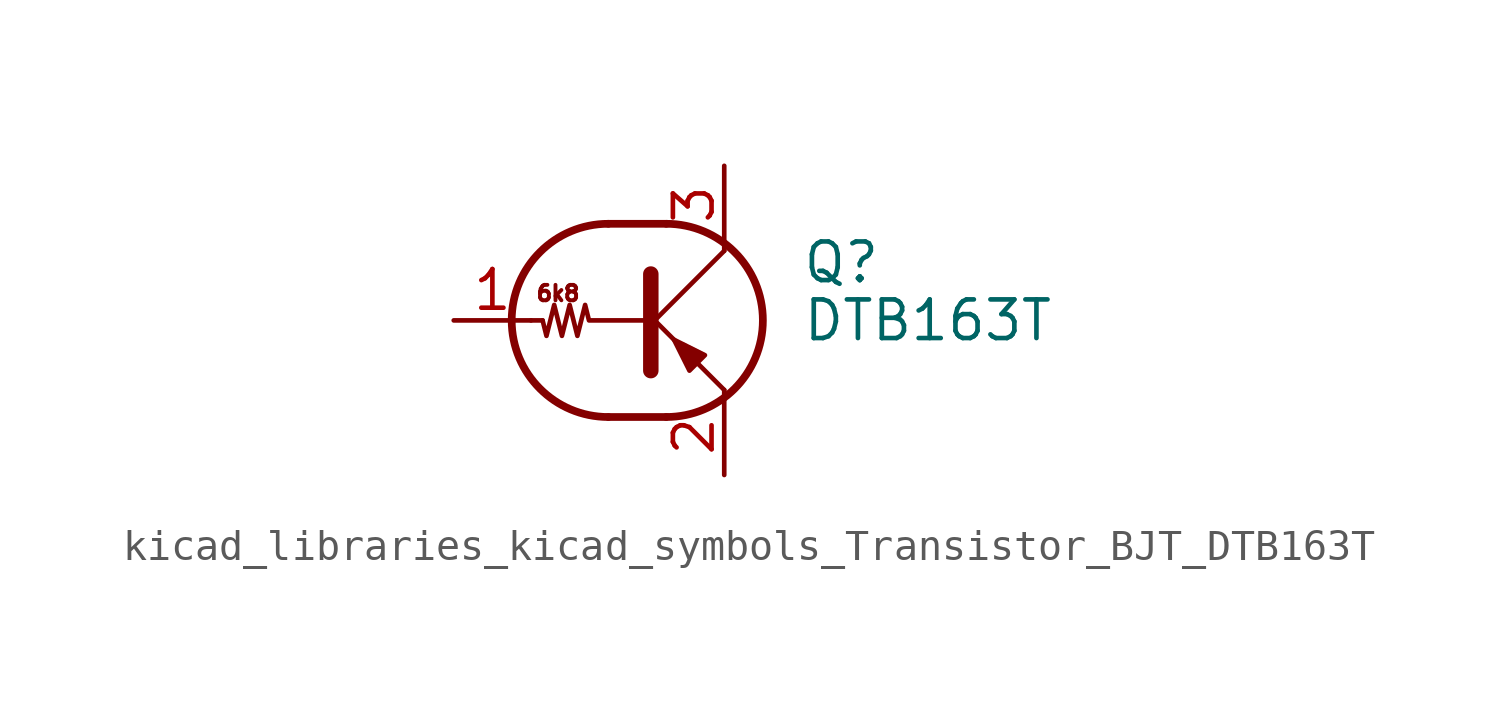
<source format=kicad_sym>
(kicad_symbol_lib
  (version 20220914)
  (generator kicad_symbol_editor)
  (symbol "kicad_libraries_kicad_symbols_Transistor_BJT_DTB163T"
    (pin_names
      (offset 0) hide)
    (property "Reference" "Q"
      (at 5.08 1.905 0)
      (effects (font (size 1.27 1.27)) (justify left)))
    (property "Value" "DTB163T"
      (at 5.08 0 0)
      (effects (font (size 1.27 1.27)) (justify left)))
    (symbol "kicad_libraries_kicad_symbols_Transistor_BJT_DTB163T_0_0"
      (polyline (pts (xy 2.54 -2.286) (xy 2.54 -2.54)) (stroke (width 0) (type default)) (fill (type none)))
      (text "6k8" (at -2.921 0.889 0) (effects (font (size 0.508 0.508)))))
    (symbol "kicad_libraries_kicad_symbols_Transistor_BJT_DTB163T_0_1"
      (arc (start -1.27 3.175) (mid -4.4312 0) (end -1.27 -3.175) (stroke (width 0.254) (type default)) (fill (type none)))
      (polyline (pts (xy -3.429 0) (xy -3.81 0)) (stroke (width 0) (type default)) (fill (type none)))
      (polyline (pts (xy -1.27 -3.175) (xy 0.635 -3.175)) (stroke (width 0.254) (type default)) (fill (type none)))
      (polyline (pts (xy -1.27 3.175) (xy 0.635 3.175)) (stroke (width 0.254) (type default)) (fill (type none)))
      (polyline (pts (xy 0 -0.254) (xy 2.54 2.286)) (stroke (width 0) (type default)) (fill (type none)))
      (polyline (pts (xy 0.127 1.524) (xy 0.127 -1.651)) (stroke (width 0.508) (type default)) (fill (type outline)))
      (polyline (pts (xy 2.54 2.286) (xy 2.54 2.54)) (stroke (width 0) (type default)) (fill (type none)))
      (polyline (pts (xy 2.54 -2.286) (xy 0 0.254) (xy 0 0.254)) (stroke (width 0) (type default)) (fill (type none)))
      (polyline (pts (xy 1.397 -1.651) (xy 1.905 -1.143) (xy 0.889 -0.635) (xy 1.397 -1.651)) (stroke (width 0) (type default)) (fill (type outline)))
      (polyline (pts (xy 0 0) (xy -1.905 0) (xy -2.032 0.508) (xy -2.286 -0.508) (xy -2.54 0.508) (xy -2.794 -0.508) (xy -3.048 0.508) (xy -3.302 -0.508) (xy -3.429 0)) (stroke (width 0) (type default)) (fill (type none)))
      (arc (start 0.635 -3.175) (mid 3.7962 0) (end 0.635 3.175) (stroke (width 0.254) (type default)) (fill (type none))))
    (symbol "kicad_libraries_kicad_symbols_Transistor_BJT_DTB163T_1_1"
      (pin input line (at -6.35 0 0) (length 2.54) (name "B" (effects (font (size 1.27 1.27)))) (number "1" (effects (font (size 1.27 1.27)))))
      (pin passive line (at 2.54 -5.08 90) (length 2.54) (name "E" (effects (font (size 1.27 1.27)))) (number "2" (effects (font (size 1.27 1.27)))))
      (pin passive line (at 2.54 5.08 270) (length 2.54) (name "C" (effects (font (size 1.27 1.27)))) (number "3" (effects (font (size 1.27 1.27))))))))
</source>
